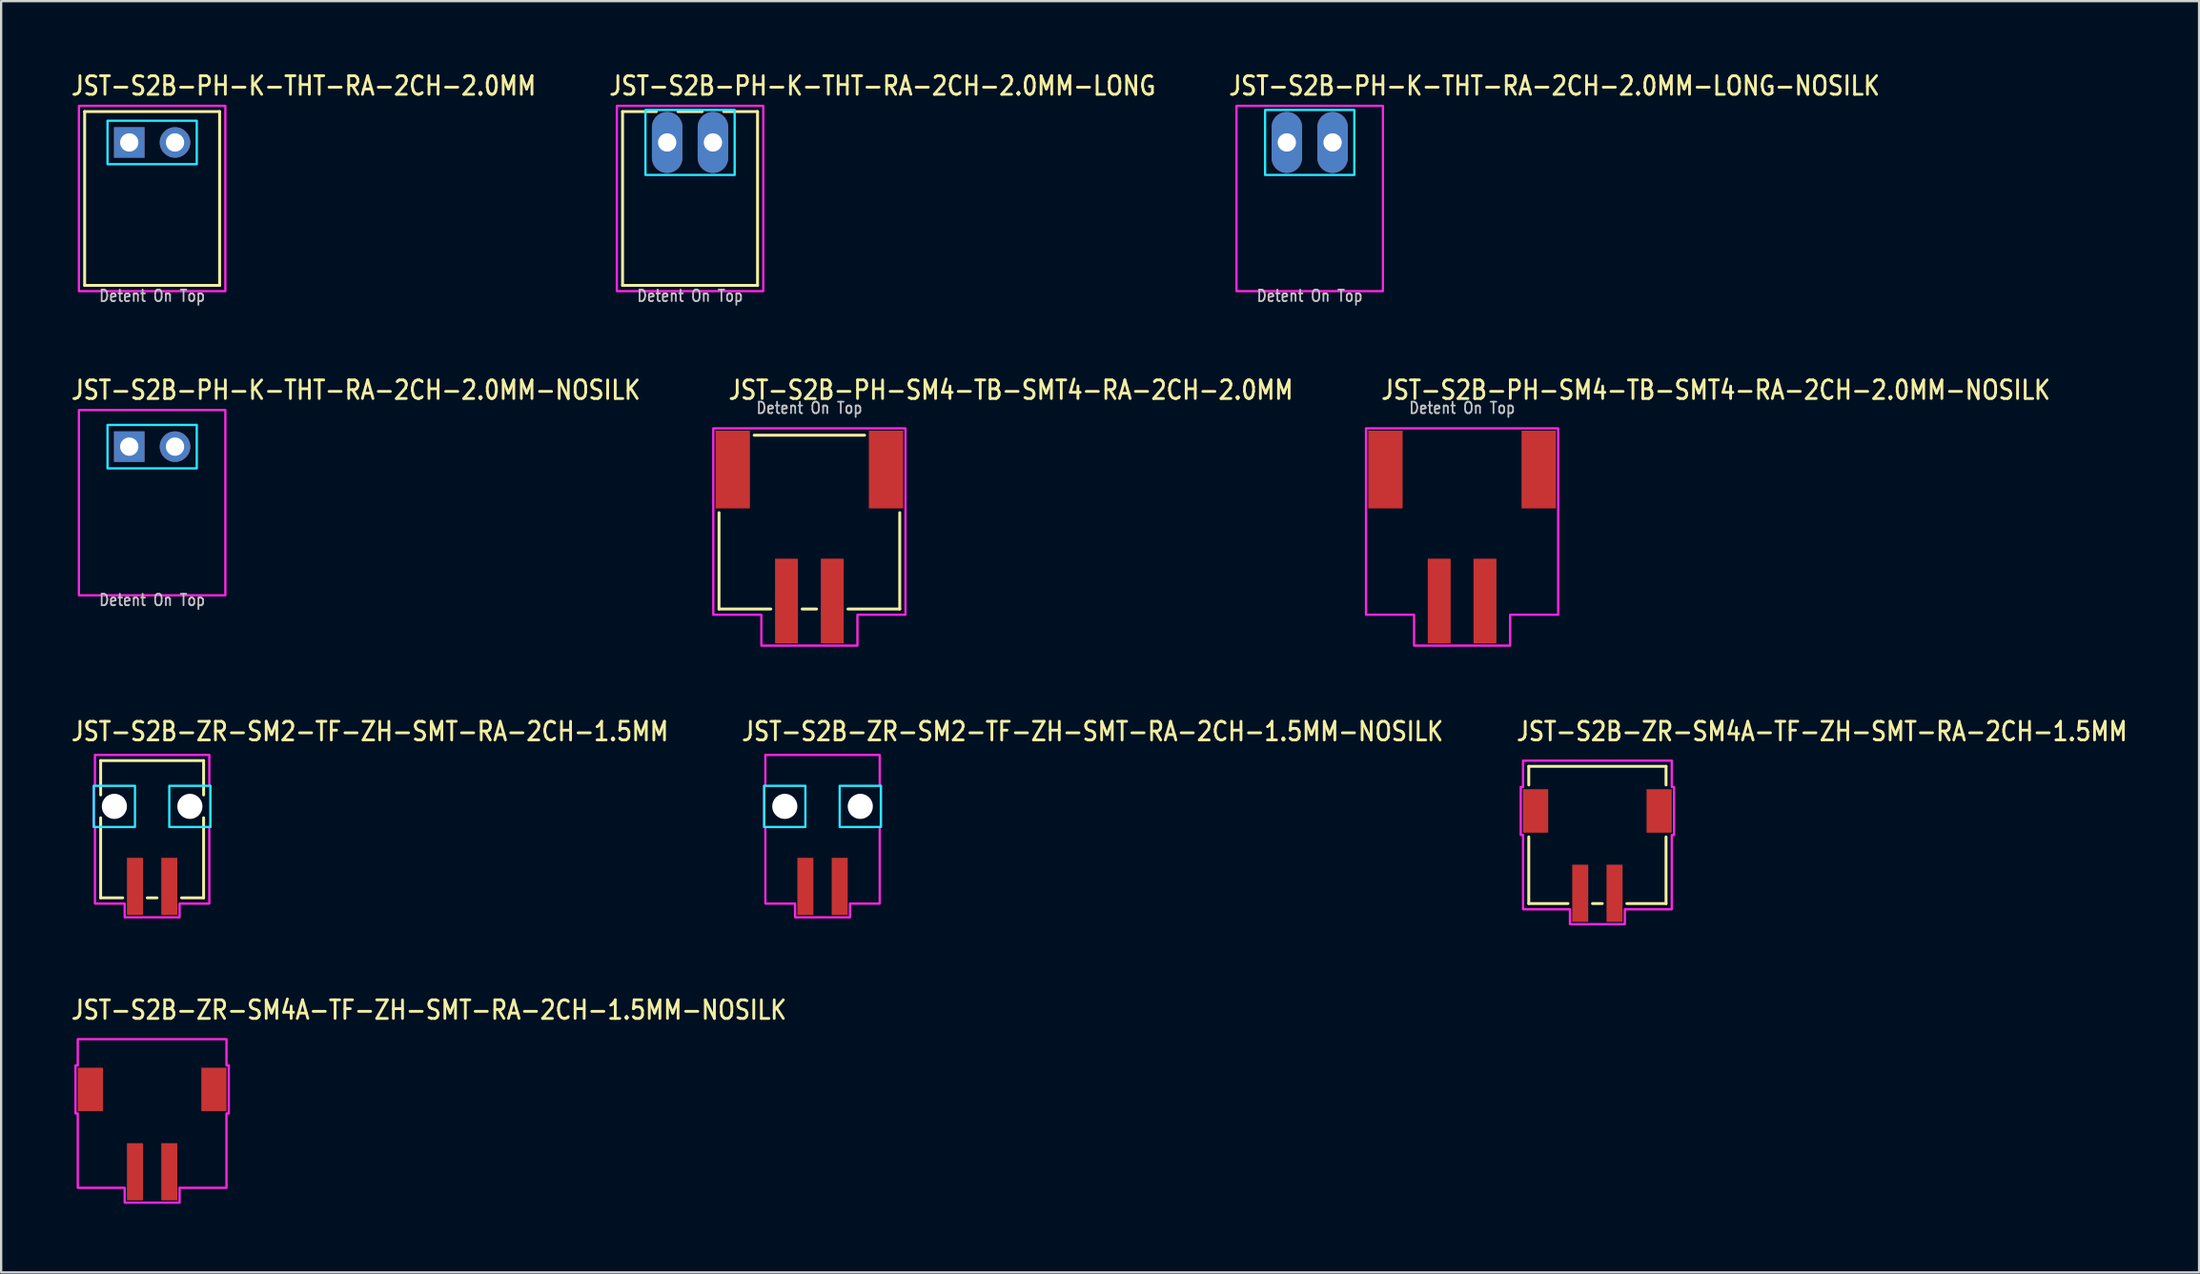
<source format=kicad_pcb>
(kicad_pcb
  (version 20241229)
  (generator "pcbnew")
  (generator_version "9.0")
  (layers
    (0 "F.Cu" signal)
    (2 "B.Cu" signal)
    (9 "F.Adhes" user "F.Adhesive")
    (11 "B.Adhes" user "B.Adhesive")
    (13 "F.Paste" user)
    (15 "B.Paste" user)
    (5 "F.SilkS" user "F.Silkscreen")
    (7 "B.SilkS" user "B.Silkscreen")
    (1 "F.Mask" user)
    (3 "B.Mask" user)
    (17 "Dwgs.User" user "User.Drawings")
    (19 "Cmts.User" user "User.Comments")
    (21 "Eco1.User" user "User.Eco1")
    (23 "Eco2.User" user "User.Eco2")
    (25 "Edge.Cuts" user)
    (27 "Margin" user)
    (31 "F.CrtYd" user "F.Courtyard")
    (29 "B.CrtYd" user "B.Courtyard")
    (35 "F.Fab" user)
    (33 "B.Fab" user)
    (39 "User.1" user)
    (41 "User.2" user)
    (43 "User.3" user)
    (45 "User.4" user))
  (footprint "JST-S2B-PH-SM4-TB-SMT4-RA-2CH-2.0MM-NOSILK"
    (layer "F.Cu")
    (at 60.86 17.48)
    (property "Reference" "JST-S2B-PH-SM4-TB-SMT4-RA-2CH-2.0MM-NOSILK" (at -3.6 -3 0) (unlocked yes) (layer "F.SilkS") (effects (font (size 0.813 0.695) (thickness 0.122)) (justify left bottom)))
    (fp_poly (pts (xy -4.2 -1.8) (xy -4.2 6.35) (xy -2.1 6.35) (xy -2.1 7.7) (xy 2.1 7.7) (xy 2.1 6.35) (xy 4.2 6.35) (xy 4.2 -1.8)) (stroke (width 0.1) (type solid)) (fill no) (layer "F.CrtYd"))
    (fp_text user "Detent On Top" (at 0 -2.4 0) (unlocked yes) (layer "Dwgs.User") (effects (font (size 0.5 0.427) (thickness 0.075)) (justify bottom)))
    (pad "1" smd rect (at 1 5.75) (size 1 3.7) (layers "F.Cu" "F.Mask" "F.Paste"))
    (pad "2" smd rect (at -1 5.75) (size 1 3.7) (layers "F.Cu" "F.Mask" "F.Paste"))
    (pad "S_1" smd rect (at -3.35 0) (size 1.5 3.4) (layers "F.Cu" "F.Mask" "F.Paste"))
    (pad "S_2" smd rect (at 3.35 0) (size 1.5 3.4) (layers "F.Cu" "F.Mask" "F.Paste")))
  (footprint "JST-S2B-PH-K-THT-RA-2CH-2.0MM-LONG-NOSILK"
    (layer "F.Cu")
    (at 54.199 3.179)
    (property "Reference" "JST-S2B-PH-K-THT-RA-2CH-2.0MM-LONG-NOSILK" (at -3.6 -2 0) (unlocked yes) (layer "F.SilkS") (effects (font (size 0.813 0.695) (thickness 0.122)) (justify left bottom)))
    (fp_poly (pts (xy -1.95 -1.42) (xy -1.95 1.42) (xy 1.95 1.42) (xy 1.95 -1.42)) (stroke (width 0.1) (type solid)) (fill no) (layer "B.CrtYd"))
    (fp_poly (pts (xy -3.2 -1.6) (xy -3.2 6.5) (xy 3.2 6.5) (xy 3.2 -1.6)) (stroke (width 0.1) (type solid)) (fill no) (layer "F.CrtYd"))
    (fp_text user "Detent On Top" (at 0 7 0) (unlocked yes) (layer "Dwgs.User") (effects (font (size 0.5 0.427) (thickness 0.075)) (justify bottom)))
    (pad "1" thru_hole oval (at -1 0 90) (size 2.667 1.333) (drill 0.8) (layers "*.Cu" "*.Mask"))
    (pad "2" thru_hole oval (at 1 0 90) (size 2.667 1.333) (drill 0.8) (layers "*.Cu" "*.Mask")))
  (footprint "JST-S2B-PH-K-THT-RA-2CH-2.0MM-NOSILK"
    (layer "F.Cu")
    (at 3.6 16.48)
    (property "Reference" "JST-S2B-PH-K-THT-RA-2CH-2.0MM-NOSILK" (at -3.6 -2 0) (unlocked yes) (layer "F.SilkS") (effects (font (size 0.813 0.695) (thickness 0.122)) (justify left bottom)))
    (fp_poly (pts (xy -1.95 -0.95) (xy -1.95 0.95) (xy 1.95 0.95) (xy 1.95 -0.95)) (stroke (width 0.1) (type solid)) (fill no) (layer "B.CrtYd"))
    (fp_poly (pts (xy -3.2 -1.6) (xy -3.2 6.5) (xy 3.2 6.5) (xy 3.2 -1.6)) (stroke (width 0.1) (type solid)) (fill no) (layer "F.CrtYd"))
    (fp_text user "Detent On Top" (at 0 7 0) (unlocked yes) (layer "Dwgs.User") (effects (font (size 0.5 0.427) (thickness 0.075)) (justify bottom)))
    (pad "1" thru_hole rect (at -1 0) (size 1.333 1.333) (drill 0.8) (layers "*.Cu" "*.Mask"))
    (pad "2" thru_hole oval (at 1 0) (size 1.333 1.333) (drill 0.8) (layers "*.Cu" "*.Mask")))
  (footprint "JST-S2B-ZR-SM4A-TF-ZH-SMT-RA-2CH-1.5MM"
    (layer "F.Cu")
    (at 66.774 32.409)
    (property "Reference" "JST-S2B-ZR-SM4A-TF-ZH-SMT-RA-2CH-1.5MM" (at -3.6 -3 0) (unlocked yes) (layer "F.SilkS") (effects (font (size 0.813 0.695) (thickness 0.122)) (justify left bottom)))
    (fp_line (start -3 -1.95) (end -3 -1.137) (stroke (width 0.127) (type solid)) (layer "F.SilkS"))
    (fp_line (start -3 -1.95) (end 3 -1.95) (stroke (width 0.127) (type solid)) (layer "F.SilkS"))
    (fp_line (start -3 4.05) (end -3 1.137) (stroke (width 0.127) (type solid)) (layer "F.SilkS"))
    (fp_line (start -3 4.05) (end -1.286 4.05) (stroke (width 0.127) (type solid)) (layer "F.SilkS"))
    (fp_line (start -0.213 4.05) (end 0.213 4.05) (stroke (width 0.127) (type solid)) (layer "F.SilkS"))
    (fp_line (start 1.286 4.05) (end 3 4.05) (stroke (width 0.127) (type solid)) (layer "F.SilkS"))
    (fp_line (start 3 -1.137) (end 3 -1.95) (stroke (width 0.127) (type solid)) (layer "F.SilkS"))
    (fp_line (start 3 1.137) (end 3 4.05) (stroke (width 0.127) (type solid)) (layer "F.SilkS"))
    (fp_poly (pts (xy -3.25 -2.2) (xy -3.25 -1.05) (xy -3.35 -1.05) (xy -3.35 1.05) (xy -3.25 1.05) (xy -3.25 4.3) (xy -1.2 4.3) (xy -1.2 4.95) (xy 1.2 4.95) (xy 1.2 4.3) (xy 3.25 4.3) (xy 3.25 1.05) (xy 3.35 1.05) (xy 3.35 -1.05) (xy 3.25 -1.05) (xy 3.25 -2.2)) (stroke (width 0.1) (type solid)) (fill no) (layer "F.CrtYd"))
    (pad "1" smd rect (at 0.75 3.6) (size 0.7 2.5) (layers "F.Cu" "F.Mask" "F.Paste"))
    (pad "2" smd rect (at -0.75 3.6) (size 0.7 2.5) (layers "F.Cu" "F.Mask" "F.Paste"))
    (pad "S_1" smd rect (at -2.7 0) (size 1.1 1.9) (layers "F.Cu" "F.Mask" "F.Paste"))
    (pad "S_2" smd rect (at 2.7 0) (size 1.1 1.9) (layers "F.Cu" "F.Mask" "F.Paste")))
  (footprint "JST-S2B-PH-SM4-TB-SMT4-RA-2CH-2.0MM"
    (layer "F.Cu")
    (at 32.329 17.48)
    (property "Reference" "JST-S2B-PH-SM4-TB-SMT4-RA-2CH-2.0MM" (at -3.6 -3 0) (unlocked yes) (layer "F.SilkS") (effects (font (size 0.813 0.695) (thickness 0.122)) (justify left bottom)))
    (fp_line (start -3.95 6.1) (end -3.95 1.887) (stroke (width 0.127) (type solid)) (layer "F.SilkS"))
    (fp_line (start -3.95 6.1) (end -1.687 6.1) (stroke (width 0.127) (type solid)) (layer "F.SilkS"))
    (fp_line (start -2.413 -1.5) (end 2.413 -1.5) (stroke (width 0.127) (type solid)) (layer "F.SilkS"))
    (fp_line (start -0.314 6.1) (end 0.314 6.1) (stroke (width 0.127) (type solid)) (layer "F.SilkS"))
    (fp_line (start 1.687 6.1) (end 3.95 6.1) (stroke (width 0.127) (type solid)) (layer "F.SilkS"))
    (fp_line (start 3.95 1.887) (end 3.95 6.1) (stroke (width 0.127) (type solid)) (layer "F.SilkS"))
    (fp_poly (pts (xy -4.2 -1.8) (xy -4.2 6.35) (xy -2.1 6.35) (xy -2.1 7.7) (xy 2.1 7.7) (xy 2.1 6.35) (xy 4.2 6.35) (xy 4.2 -1.8)) (stroke (width 0.1) (type solid)) (fill no) (layer "F.CrtYd"))
    (fp_text user "Detent On Top" (at 0 -2.4 0) (unlocked yes) (layer "Dwgs.User") (effects (font (size 0.5 0.427) (thickness 0.075)) (justify bottom)))
    (pad "1" smd rect (at 1 5.75) (size 1 3.7) (layers "F.Cu" "F.Mask" "F.Paste"))
    (pad "2" smd rect (at -1 5.75) (size 1 3.7) (layers "F.Cu" "F.Mask" "F.Paste"))
    (pad "S_1" smd rect (at -3.35 0) (size 1.5 3.4) (layers "F.Cu" "F.Mask" "F.Paste"))
    (pad "S_2" smd rect (at 3.35 0) (size 1.5 3.4) (layers "F.Cu" "F.Mask" "F.Paste")))
  (footprint "JST-S2B-ZR-SM4A-TF-ZH-SMT-RA-2CH-1.5MM-NOSILK"
    (layer "F.Cu")
    (at 3.6 44.587)
    (property "Reference" "JST-S2B-ZR-SM4A-TF-ZH-SMT-RA-2CH-1.5MM-NOSILK" (at -3.6 -3 0) (unlocked yes) (layer "F.SilkS") (effects (font (size 0.813 0.695) (thickness 0.122)) (justify left bottom)))
    (fp_poly (pts (xy -3.25 -2.2) (xy -3.25 -1.05) (xy -3.35 -1.05) (xy -3.35 1.05) (xy -3.25 1.05) (xy -3.25 4.3) (xy -1.2 4.3) (xy -1.2 4.95) (xy 1.2 4.95) (xy 1.2 4.3) (xy 3.25 4.3) (xy 3.25 1.05) (xy 3.35 1.05) (xy 3.35 -1.05) (xy 3.25 -1.05) (xy 3.25 -2.2)) (stroke (width 0.1) (type solid)) (fill no) (layer "F.CrtYd"))
    (pad "1" smd rect (at 0.75 3.6) (size 0.7 2.5) (layers "F.Cu" "F.Mask" "F.Paste"))
    (pad "2" smd rect (at -0.75 3.6) (size 0.7 2.5) (layers "F.Cu" "F.Mask" "F.Paste"))
    (pad "S_1" smd rect (at -2.7 0) (size 1.1 1.9) (layers "F.Cu" "F.Mask" "F.Paste"))
    (pad "S_2" smd rect (at 2.7 0) (size 1.1 1.9) (layers "F.Cu" "F.Mask" "F.Paste")))
  (footprint "JST-S2B-ZR-SM2-TF-ZH-SMT-RA-2CH-1.5MM-NOSILK"
    (layer "F.Cu")
    (at 32.904 32.209)
    (property "Reference" "JST-S2B-ZR-SM2-TF-ZH-SMT-RA-2CH-1.5MM-NOSILK" (at -3.6 -2.8 0) (unlocked yes) (layer "F.SilkS") (effects (font (size 0.813 0.695) (thickness 0.122)) (justify left bottom)))
    (fp_poly (pts (xy -2.55 -0.9) (xy -2.55 0.9) (xy -0.75 0.9) (xy -0.75 -0.9)) (stroke (width 0.1) (type solid)) (fill no) (layer "B.CrtYd"))
    (fp_poly (pts (xy 2.55 -0.9) (xy 2.55 0.9) (xy 0.75 0.9) (xy 0.75 -0.9)) (stroke (width 0.1) (type solid)) (fill no) (layer "B.CrtYd"))
    (fp_poly (pts (xy -2.5 -2.25) (xy -2.5 -0.9) (xy -2.55 -0.9) (xy -2.55 0.9) (xy -2.5 0.9) (xy -2.5 4.25) (xy -1.2 4.25) (xy -1.2 4.85) (xy 1.2 4.85) (xy 1.2 4.25) (xy 2.5 4.25) (xy 2.5 0.9) (xy 2.55 0.9) (xy 2.55 -0.9) (xy 2.5 -0.9) (xy 2.5 -2.25)) (stroke (width 0.1) (type solid)) (fill no) (layer "F.CrtYd"))
    (pad "" np_thru_hole circle (at -1.65 0) (size 1.1 1.1) (drill 1.1) (layers "*.Cu" "*.Mask"))
    (pad "" np_thru_hole circle (at 1.65 0) (size 1.1 1.1) (drill 1.1) (layers "*.Cu" "*.Mask"))
    (pad "1" smd rect (at 0.75 3.5) (size 0.7 2.5) (layers "F.Cu" "F.Mask" "F.Paste"))
    (pad "2" smd rect (at -0.75 3.5) (size 0.7 2.5) (layers "F.Cu" "F.Mask" "F.Paste")))
  (footprint "JST-S2B-PH-K-THT-RA-2CH-2.0MM-LONG"
    (layer "F.Cu")
    (at 27.113 3.179)
    (property "Reference" "JST-S2B-PH-K-THT-RA-2CH-2.0MM-LONG" (at -3.6 -2 0) (unlocked yes) (layer "F.SilkS") (effects (font (size 0.813 0.695) (thickness 0.122)) (justify left bottom)))
    (fp_line (start -2.95 -1.35) (end -1.471 -1.35) (stroke (width 0.127) (type solid)) (layer "F.SilkS"))
    (fp_line (start -2.95 6.25) (end -2.95 -1.35) (stroke (width 0.127) (type solid)) (layer "F.SilkS"))
    (fp_line (start -2.95 6.25) (end 2.95 6.25) (stroke (width 0.127) (type solid)) (layer "F.SilkS"))
    (fp_line (start -0.529 -1.35) (end 0.529 -1.35) (stroke (width 0.127) (type solid)) (layer "F.SilkS"))
    (fp_line (start 1.471 -1.35) (end 2.95 -1.35) (stroke (width 0.127) (type solid)) (layer "F.SilkS"))
    (fp_line (start 2.95 -1.35) (end 2.95 6.25) (stroke (width 0.127) (type solid)) (layer "F.SilkS"))
    (fp_poly (pts (xy -1.95 -1.42) (xy -1.95 1.42) (xy 1.95 1.42) (xy 1.95 -1.42)) (stroke (width 0.1) (type solid)) (fill no) (layer "B.CrtYd"))
    (fp_poly (pts (xy -3.2 -1.6) (xy -3.2 6.5) (xy 3.2 6.5) (xy 3.2 -1.6)) (stroke (width 0.1) (type solid)) (fill no) (layer "F.CrtYd"))
    (fp_text user "Detent On Top" (at 0 7 0) (unlocked yes) (layer "Dwgs.User") (effects (font (size 0.5 0.427) (thickness 0.075)) (justify bottom)))
    (pad "1" thru_hole oval (at -1 0 90) (size 2.667 1.333) (drill 0.8) (layers "*.Cu" "*.Mask"))
    (pad "2" thru_hole oval (at 1 0 90) (size 2.667 1.333) (drill 0.8) (layers "*.Cu" "*.Mask")))
  (footprint "JST-S2B-ZR-SM2-TF-ZH-SMT-RA-2CH-1.5MM"
    (layer "F.Cu")
    (at 3.6 32.209)
    (property "Reference" "JST-S2B-ZR-SM2-TF-ZH-SMT-RA-2CH-1.5MM" (at -3.6 -2.8 0) (unlocked yes) (layer "F.SilkS") (effects (font (size 0.813 0.695) (thickness 0.122)) (justify left bottom)))
    (fp_line (start -2.25 -2) (end -2.25 -0.5) (stroke (width 0.127) (type solid)) (layer "F.SilkS"))
    (fp_line (start -2.25 -2) (end 2.25 -2) (stroke (width 0.127) (type solid)) (layer "F.SilkS"))
    (fp_line (start -2.25 4) (end -2.25 0.5) (stroke (width 0.127) (type solid)) (layer "F.SilkS"))
    (fp_line (start -2.25 4) (end -1.286 4) (stroke (width 0.127) (type solid)) (layer "F.SilkS"))
    (fp_line (start -0.213 4) (end 0.213 4) (stroke (width 0.127) (type solid)) (layer "F.SilkS"))
    (fp_line (start 1.286 4) (end 2.25 4) (stroke (width 0.127) (type solid)) (layer "F.SilkS"))
    (fp_line (start 2.25 -0.5) (end 2.25 -2) (stroke (width 0.127) (type solid)) (layer "F.SilkS"))
    (fp_line (start 2.25 0.5) (end 2.25 4) (stroke (width 0.127) (type solid)) (layer "F.SilkS"))
    (fp_poly (pts (xy -2.55 -0.9) (xy -2.55 0.9) (xy -0.75 0.9) (xy -0.75 -0.9)) (stroke (width 0.1) (type solid)) (fill no) (layer "B.CrtYd"))
    (fp_poly (pts (xy 2.55 -0.9) (xy 2.55 0.9) (xy 0.75 0.9) (xy 0.75 -0.9)) (stroke (width 0.1) (type solid)) (fill no) (layer "B.CrtYd"))
    (fp_poly (pts (xy -2.5 -2.25) (xy -2.5 -0.9) (xy -2.55 -0.9) (xy -2.55 0.9) (xy -2.5 0.9) (xy -2.5 4.25) (xy -1.2 4.25) (xy -1.2 4.85) (xy 1.2 4.85) (xy 1.2 4.25) (xy 2.5 4.25) (xy 2.5 0.9) (xy 2.55 0.9) (xy 2.55 -0.9) (xy 2.5 -0.9) (xy 2.5 -2.25)) (stroke (width 0.1) (type solid)) (fill no) (layer "F.CrtYd"))
    (pad "" np_thru_hole circle (at -1.65 0) (size 1.1 1.1) (drill 1.1) (layers "*.Cu" "*.Mask"))
    (pad "" np_thru_hole circle (at 1.65 0) (size 1.1 1.1) (drill 1.1) (layers "*.Cu" "*.Mask"))
    (pad "1" smd rect (at 0.75 3.5) (size 0.7 2.5) (layers "F.Cu" "F.Mask" "F.Paste"))
    (pad "2" smd rect (at -0.75 3.5) (size 0.7 2.5) (layers "F.Cu" "F.Mask" "F.Paste")))
  (footprint "JST-S2B-PH-K-THT-RA-2CH-2.0MM"
    (layer "F.Cu")
    (at 3.6 3.179)
    (property "Reference" "JST-S2B-PH-K-THT-RA-2CH-2.0MM" (at -3.6 -2 0) (unlocked yes) (layer "F.SilkS") (effects (font (size 0.813 0.695) (thickness 0.122)) (justify left bottom)))
    (fp_line (start -2.95 -1.35) (end 2.95 -1.35) (stroke (width 0.127) (type solid)) (layer "F.SilkS"))
    (fp_line (start -2.95 6.25) (end -2.95 -1.35) (stroke (width 0.127) (type solid)) (layer "F.SilkS"))
    (fp_line (start -2.95 6.25) (end 2.95 6.25) (stroke (width 0.127) (type solid)) (layer "F.SilkS"))
    (fp_line (start 2.95 -1.35) (end 2.95 6.25) (stroke (width 0.127) (type solid)) (layer "F.SilkS"))
    (fp_poly (pts (xy -1.95 -0.95) (xy -1.95 0.95) (xy 1.95 0.95) (xy 1.95 -0.95)) (stroke (width 0.1) (type solid)) (fill no) (layer "B.CrtYd"))
    (fp_poly (pts (xy -3.2 -1.6) (xy -3.2 6.5) (xy 3.2 6.5) (xy 3.2 -1.6)) (stroke (width 0.1) (type solid)) (fill no) (layer "F.CrtYd"))
    (fp_text user "Detent On Top" (at 0 7 0) (unlocked yes) (layer "Dwgs.User") (effects (font (size 0.5 0.427) (thickness 0.075)) (justify bottom)))
    (pad "1" thru_hole rect (at -1 0) (size 1.333 1.333) (drill 0.8) (layers "*.Cu" "*.Mask"))
    (pad "2" thru_hole oval (at 1 0) (size 1.333 1.333) (drill 0.8) (layers "*.Cu" "*.Mask")))
  (gr_rect
    (start -3 -3)
    (end 93.074 52.587)
    (stroke (width 0.1) (type default))
    (fill no)
    (layer "Edge.Cuts")))
</source>
